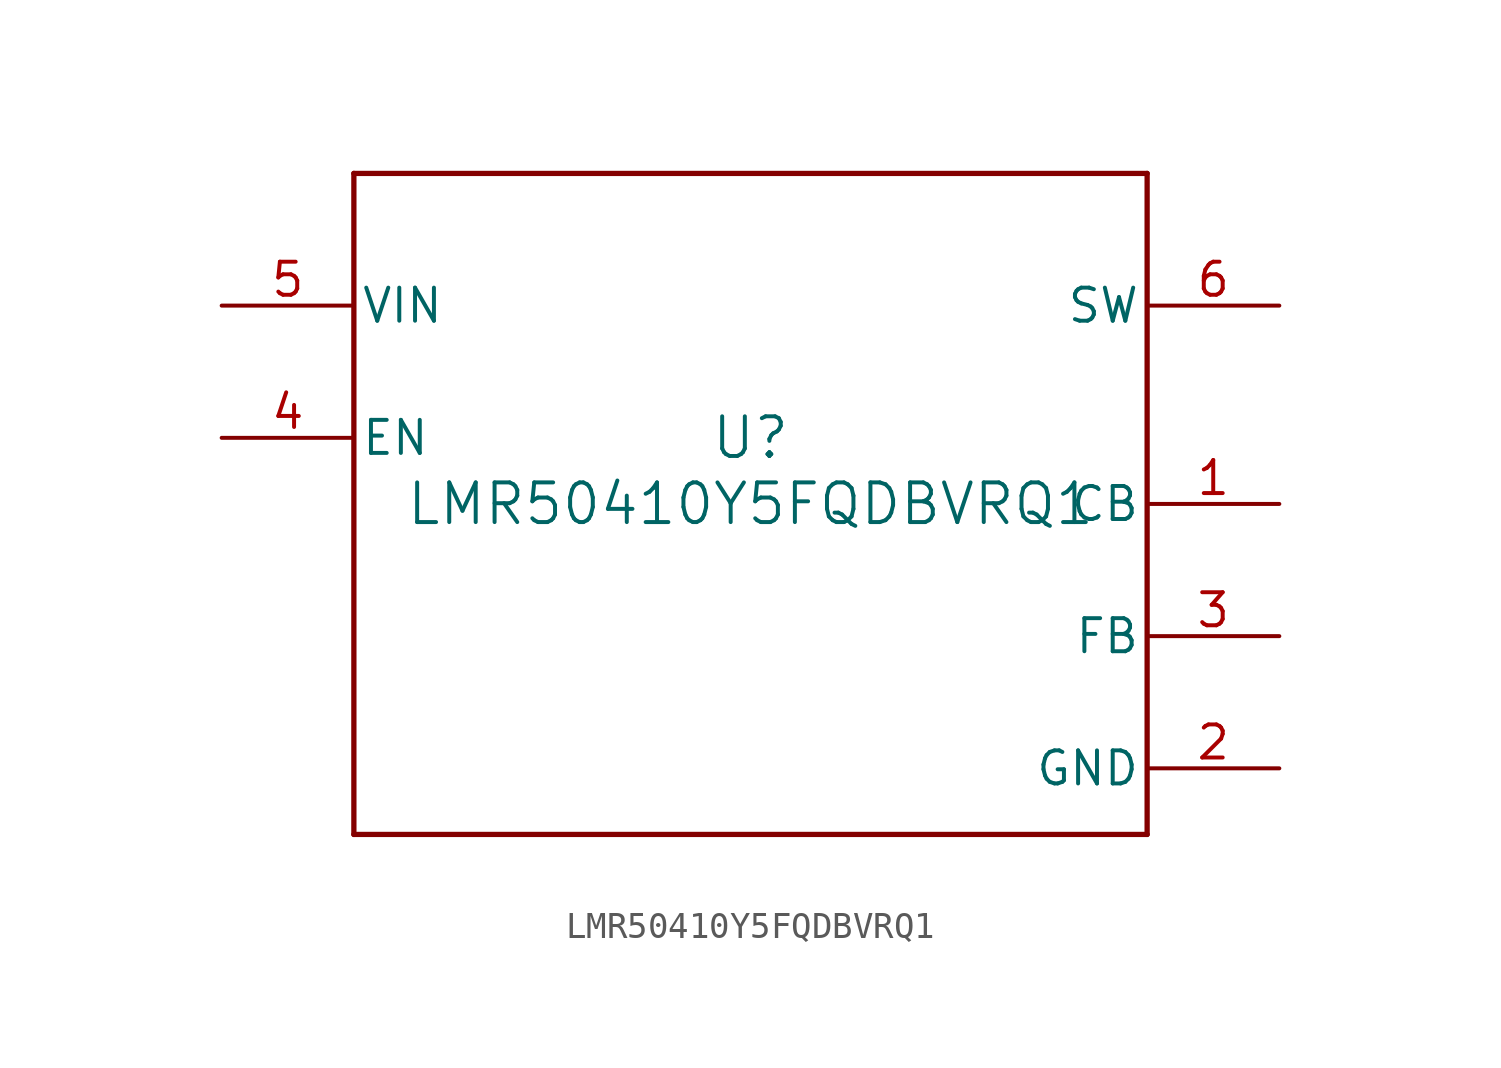
<source format=kicad_sym>
(kicad_symbol_lib
  (version 20211014)
  (generator kicad_symbol_editor)
  (symbol "LMR50410Y5FQDBVRQ1"
    (pin_names
      (offset 0.254))
    (property "Reference" "U"
      (at 0 2.54 0)
      (effects (font (size 1.524 1.524))))
    (property "Value" "LMR50410Y5FQDBVRQ1"
      (at 0 0 0)
      (effects (font (size 1.524 1.524))))
    (symbol "LMR50410Y5FQDBVRQ1_0_1"
      (polyline (pts (xy -15.24 -12.7) (xy 15.24 -12.7)) (stroke (width 0.203) (type default) (color 0 0 0 0)) (fill (type none)))
      (polyline (pts (xy 15.24 -12.7) (xy 15.24 12.7)) (stroke (width 0.203) (type default) (color 0 0 0 0)) (fill (type none)))
      (polyline (pts (xy 15.24 12.7) (xy -15.24 12.7)) (stroke (width 0.203) (type default) (color 0 0 0 0)) (fill (type none)))
      (polyline (pts (xy -15.24 12.7) (xy -15.24 -12.7)) (stroke (width 0.203) (type default) (color 0 0 0 0)) (fill (type none)))
      (pin unspecified line (at 20.32 0 180) (length 5.08) (name "CB" (effects (font (size 1.27 1.27)))) (number "1" (effects (font (size 1.27 1.27)))))
      (pin power_in line (at 20.32 -10.16 180) (length 5.08) (name "GND" (effects (font (size 1.27 1.27)))) (number "2" (effects (font (size 1.27 1.27)))))
      (pin unspecified line (at 20.32 -5.08 180) (length 5.08) (name "FB" (effects (font (size 1.27 1.27)))) (number "3" (effects (font (size 1.27 1.27)))))
      (pin input line (at -20.32 2.54 0) (length 5.08) (name "EN" (effects (font (size 1.27 1.27)))) (number "4" (effects (font (size 1.27 1.27)))))
      (pin power_in line (at -20.32 7.62 0) (length 5.08) (name "VIN" (effects (font (size 1.27 1.27)))) (number "5" (effects (font (size 1.27 1.27)))))
      (pin power_in line (at 20.32 7.62 180) (length 5.08) (name "SW" (effects (font (size 1.27 1.27)))) (number "6" (effects (font (size 1.27 1.27))))))))
</source>
